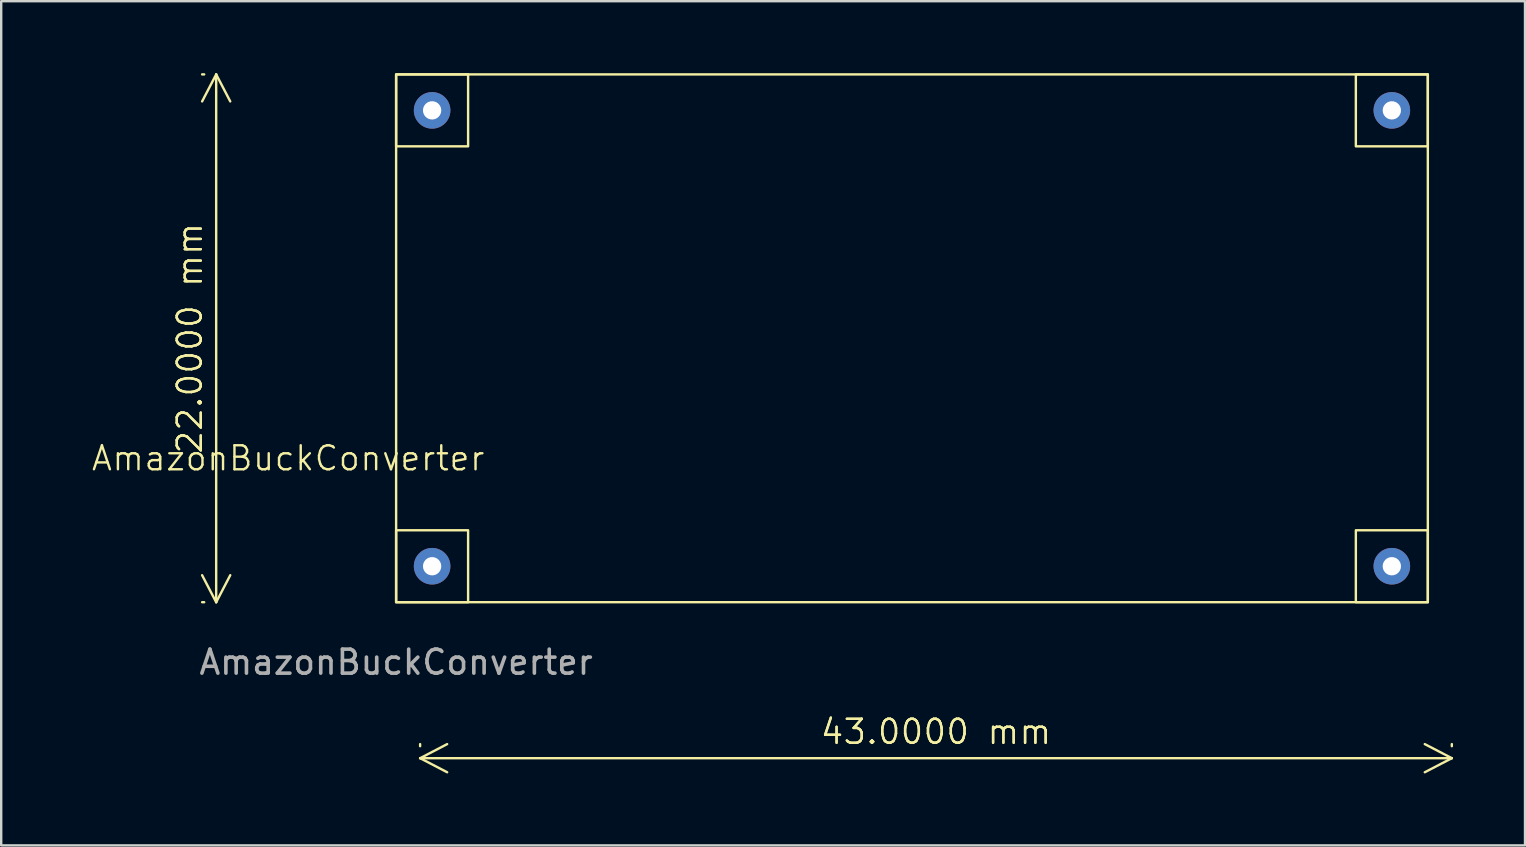
<source format=kicad_pcb>
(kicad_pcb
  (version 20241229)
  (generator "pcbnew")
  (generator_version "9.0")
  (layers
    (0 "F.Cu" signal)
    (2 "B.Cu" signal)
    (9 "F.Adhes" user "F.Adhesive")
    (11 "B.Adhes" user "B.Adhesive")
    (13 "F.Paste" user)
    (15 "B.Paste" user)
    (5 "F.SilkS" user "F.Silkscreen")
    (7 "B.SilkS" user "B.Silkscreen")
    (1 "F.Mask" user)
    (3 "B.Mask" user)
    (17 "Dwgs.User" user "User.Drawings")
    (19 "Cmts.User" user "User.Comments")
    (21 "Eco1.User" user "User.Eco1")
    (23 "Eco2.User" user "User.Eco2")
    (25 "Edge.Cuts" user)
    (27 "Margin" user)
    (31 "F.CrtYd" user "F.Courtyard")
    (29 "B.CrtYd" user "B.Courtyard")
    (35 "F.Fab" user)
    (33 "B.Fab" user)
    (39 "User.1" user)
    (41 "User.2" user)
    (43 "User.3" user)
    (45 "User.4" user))
  (footprint "AmazonBuckConverter"
    (layer "F.Cu")
    (at 13.46 22.05)
    (property "Reference" "AmazonBuckConverter" (at -4.5 -6 0) (unlocked yes) (layer "F.SilkS") (effects (font (size 1 1) (thickness 0.1))))
    (attr through_hole)
    (fp_rect (start 0 -22) (end 3 -19) (stroke (width 0.1) (type default)) (fill no) (layer "F.SilkS"))
    (fp_rect (start 0 -22) (end 43 0) (stroke (width 0.1) (type solid)) (fill no) (layer "F.SilkS"))
    (fp_rect (start 0 -3) (end 3 0) (stroke (width 0.1) (type default)) (fill no) (layer "F.SilkS"))
    (fp_rect (start 40 -22) (end 43 -19) (stroke (width 0.1) (type default)) (fill no) (layer "F.SilkS"))
    (fp_rect (start 40 -3) (end 43 0) (stroke (width 0.1) (type default)) (fill no) (layer "F.SilkS"))
    (fp_text user "${REFERENCE}" (at 0 2.5 0) (unlocked yes) (layer "F.Fab") (effects (font (size 1 1) (thickness 0.15))))
    (dimension (type aligned) (layer "F.SilkS") (pts (xy 5.96 22.05) (xy 5.96 0.05)) (height 0) (format (prefix "") (suffix "") (units 3) (units_format 1) (precision 4)) (style (thickness 0.1) (arrow_length 1.27) (text_position_mode 0) (arrow_direction outward) (extension_height 0.586) (extension_offset 0.5) (keep_text_aligned yes)) (gr_text "22.0000 mm" (at 4.86 11.05 90) (layer "F.SilkS") (effects (font (size 1 1) (thickness 0.1)))))
    (dimension (type aligned) (layer "F.SilkS") (pts (xy 14.46 28.55) (xy 57.46 28.55)) (height 0) (format (prefix "") (suffix "") (units 3) (units_format 1) (precision 4)) (style (thickness 0.1) (arrow_length 1.27) (text_position_mode 0) (arrow_direction outward) (extension_height 0.586) (extension_offset 0.5) (keep_text_aligned yes)) (gr_text "43.0000 mm" (at 35.96 27.45 0) (layer "F.SilkS") (effects (font (size 1 1) (thickness 0.1)))))
    (pad "1" thru_hole circle (at 1.5 -20.5) (size 1.524 1.524) (drill 0.762) (layers "*.Cu" "*.Mask"))
    (pad "2" thru_hole circle (at 1.5 -1.5) (size 1.524 1.524) (drill 0.762) (layers "*.Cu" "*.Mask"))
    (pad "3" thru_hole circle (at 41.5 -20.5) (size 1.524 1.524) (drill 0.762) (layers "*.Cu" "*.Mask"))
    (pad "4" thru_hole circle (at 41.5 -1.5) (size 1.524 1.524) (drill 0.762) (layers "*.Cu" "*.Mask")))
  (gr_rect
    (start -3 -3)
    (end 60.51 32.186)
    (stroke (width 0.1) (type default))
    (fill no)
    (layer "Edge.Cuts")))
</source>
